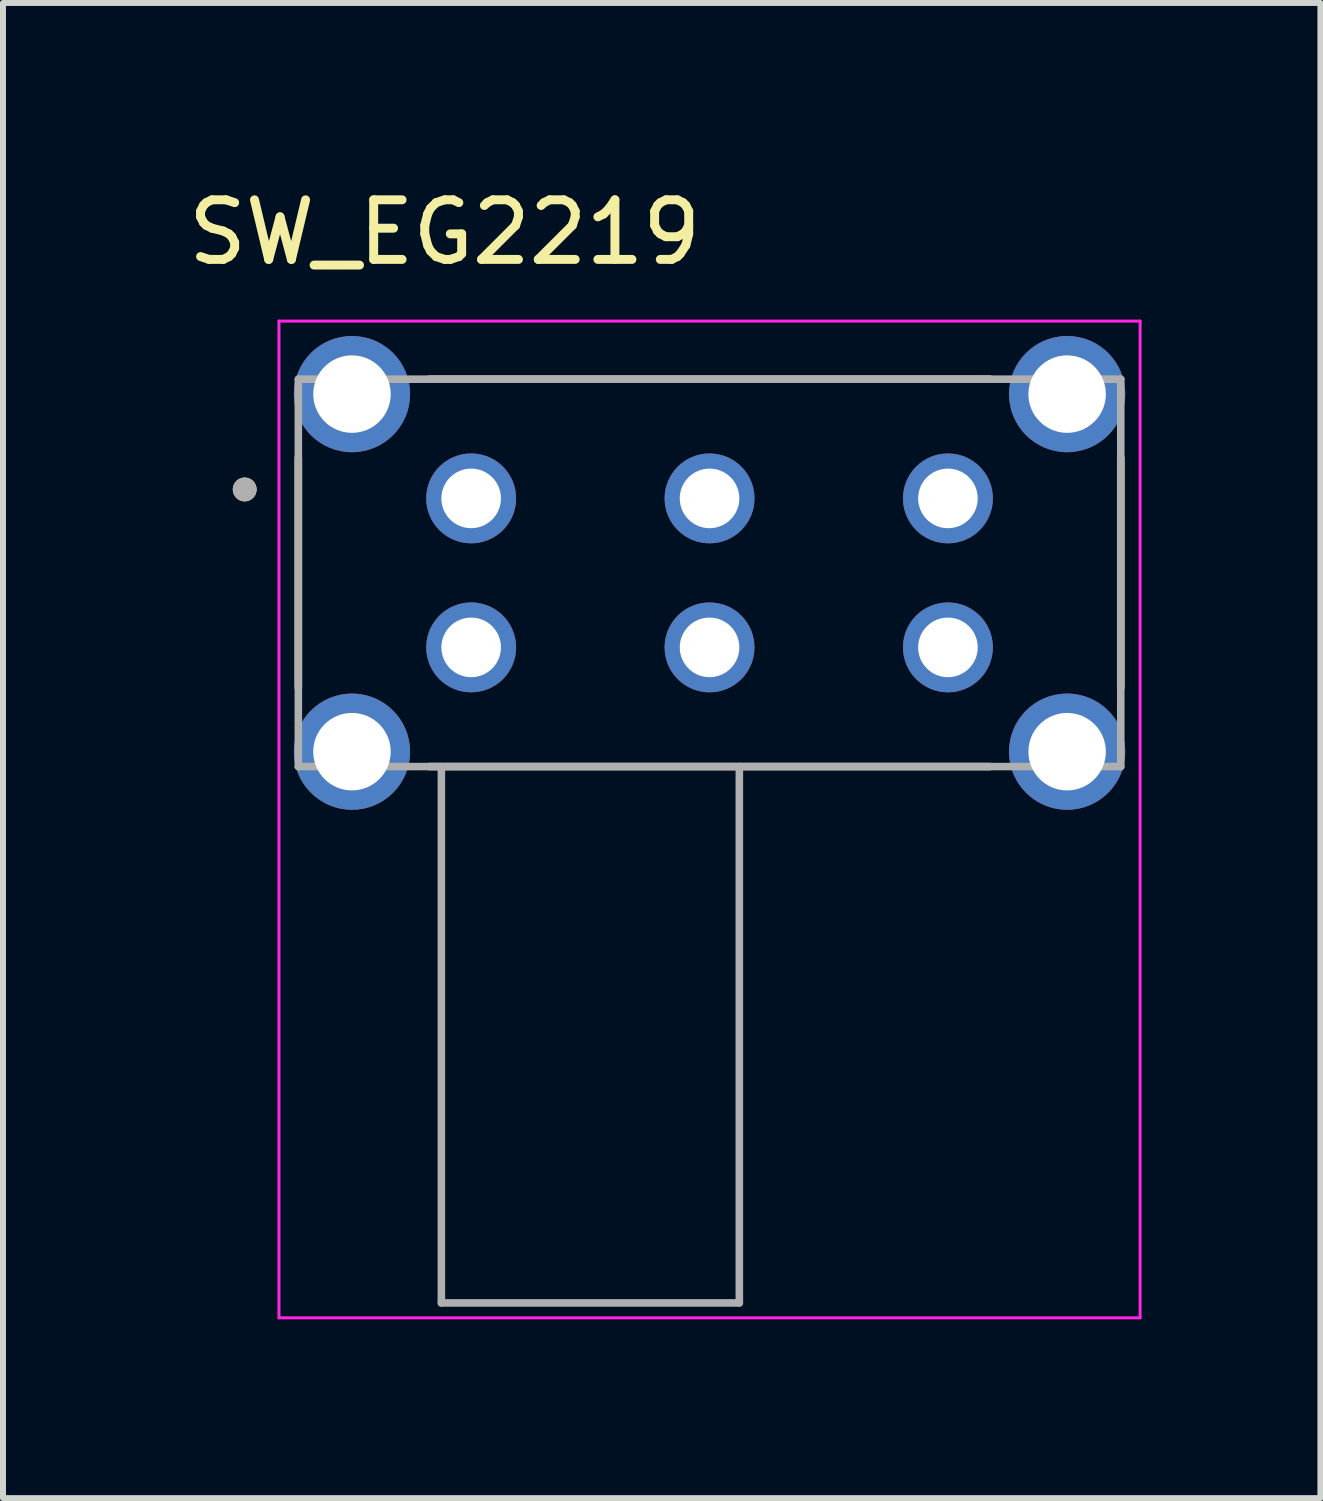
<source format=kicad_pcb>
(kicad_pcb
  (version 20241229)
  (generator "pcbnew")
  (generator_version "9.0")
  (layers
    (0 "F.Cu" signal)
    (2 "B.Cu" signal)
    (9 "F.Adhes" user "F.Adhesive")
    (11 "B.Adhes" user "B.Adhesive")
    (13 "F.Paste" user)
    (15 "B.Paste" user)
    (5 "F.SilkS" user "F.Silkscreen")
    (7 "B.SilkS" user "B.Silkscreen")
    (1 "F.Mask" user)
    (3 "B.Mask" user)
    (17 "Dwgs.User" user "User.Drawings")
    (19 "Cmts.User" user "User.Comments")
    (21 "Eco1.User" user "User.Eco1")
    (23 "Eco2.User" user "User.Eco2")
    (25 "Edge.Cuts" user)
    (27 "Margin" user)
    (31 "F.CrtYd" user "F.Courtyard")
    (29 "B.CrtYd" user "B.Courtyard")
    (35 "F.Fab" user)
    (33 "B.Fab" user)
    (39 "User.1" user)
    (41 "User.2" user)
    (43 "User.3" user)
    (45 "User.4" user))
  (footprint "SW_EG2219"
    (layer "F.Cu")
    (at 8.856 6.563)
    (property "Reference" "SW_EG2219" (at -4.445 -5.715 0) (layer "F.SilkS") (effects (font (size 1 1) (thickness 0.15))))
    (attr through_hole)
    (fp_line (start -6.9 -1.93) (end -6.9 1.93) (stroke (width 0.127) (type solid)) (layer "F.SilkS"))
    (fp_line (start -4.705 3.25) (end 4.705 3.25) (stroke (width 0.127) (type solid)) (layer "F.SilkS"))
    (fp_line (start 4.705 -3.25) (end -4.705 -3.25) (stroke (width 0.127) (type solid)) (layer "F.SilkS"))
    (fp_line (start 6.9 1.93) (end 6.9 -1.93) (stroke (width 0.127) (type solid)) (layer "F.SilkS"))
    (fp_circle (center -7.8 -1.4) (end -7.7 -1.4) (stroke (width 0.2) (type solid)) (fill no) (layer "F.SilkS"))
    (fp_line (start -7.225 -4.225) (end 7.225 -4.225) (stroke (width 0.05) (type solid)) (layer "F.CrtYd"))
    (fp_line (start -7.225 12.5) (end -7.225 -4.225) (stroke (width 0.05) (type solid)) (layer "F.CrtYd"))
    (fp_line (start 7.225 -4.225) (end 7.225 12.5) (stroke (width 0.05) (type solid)) (layer "F.CrtYd"))
    (fp_line (start 7.225 12.5) (end -7.225 12.5) (stroke (width 0.05) (type solid)) (layer "F.CrtYd"))
    (fp_line (start -6.9 -3.25) (end -6.9 3.25) (stroke (width 0.127) (type solid)) (layer "F.Fab"))
    (fp_line (start -6.9 3.25) (end 6.9 3.25) (stroke (width 0.127) (type solid)) (layer "F.Fab"))
    (fp_line (start -4.5 12.25) (end -4.5 3.25) (stroke (width 0.127) (type solid)) (layer "F.Fab"))
    (fp_line (start 0.5 3.25) (end 0.5 12.25) (stroke (width 0.127) (type solid)) (layer "F.Fab"))
    (fp_line (start 0.5 12.25) (end -4.5 12.25) (stroke (width 0.127) (type solid)) (layer "F.Fab"))
    (fp_line (start 6.9 -3.25) (end -6.9 -3.25) (stroke (width 0.127) (type solid)) (layer "F.Fab"))
    (fp_line (start 6.9 3.25) (end 6.9 -3.25) (stroke (width 0.127) (type solid)) (layer "F.Fab"))
    (fp_circle (center -7.8 -1.4) (end -7.7 -1.4) (stroke (width 0.2) (type solid)) (fill no) (layer "F.Fab"))
    (pad "1" thru_hole circle (at -4 -1.25) (size 1.508 1.508) (drill 1) (layers "*.Cu" "*.Mask"))
    (pad "2" thru_hole circle (at 0 -1.25) (size 1.508 1.508) (drill 1) (layers "*.Cu" "*.Mask"))
    (pad "3" thru_hole circle (at 4 -1.25) (size 1.508 1.508) (drill 1) (layers "*.Cu" "*.Mask"))
    (pad "4" thru_hole circle (at -4 1.25) (size 1.508 1.508) (drill 1) (layers "*.Cu" "*.Mask"))
    (pad "5" thru_hole circle (at 0 1.25) (size 1.508 1.508) (drill 1) (layers "*.Cu" "*.Mask"))
    (pad "6" thru_hole circle (at 4 1.25) (size 1.508 1.508) (drill 1) (layers "*.Cu" "*.Mask"))
    (pad "S1" thru_hole circle (at -6 -3) (size 1.95 1.95) (drill 1.3) (layers "*.Cu" "*.Mask"))
    (pad "S2" thru_hole circle (at 6 -3) (size 1.95 1.95) (drill 1.3) (layers "*.Cu" "*.Mask"))
    (pad "S3" thru_hole circle (at -6 3) (size 1.95 1.95) (drill 1.3) (layers "*.Cu" "*.Mask"))
    (pad "S4" thru_hole circle (at 6 3) (size 1.95 1.95) (drill 1.3) (layers "*.Cu" "*.Mask")))
  (gr_rect
    (start -3 -3)
    (end 19.106 22.088)
    (stroke (width 0.1) (type default))
    (fill no)
    (layer "Edge.Cuts")))
</source>
